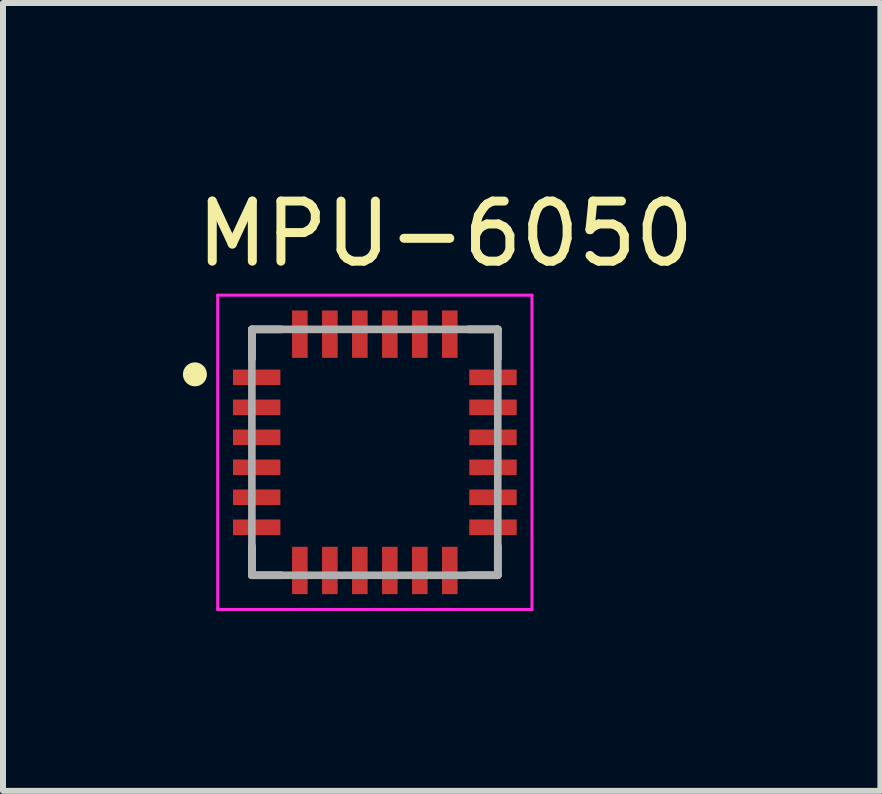
<source format=kicad_pcb>
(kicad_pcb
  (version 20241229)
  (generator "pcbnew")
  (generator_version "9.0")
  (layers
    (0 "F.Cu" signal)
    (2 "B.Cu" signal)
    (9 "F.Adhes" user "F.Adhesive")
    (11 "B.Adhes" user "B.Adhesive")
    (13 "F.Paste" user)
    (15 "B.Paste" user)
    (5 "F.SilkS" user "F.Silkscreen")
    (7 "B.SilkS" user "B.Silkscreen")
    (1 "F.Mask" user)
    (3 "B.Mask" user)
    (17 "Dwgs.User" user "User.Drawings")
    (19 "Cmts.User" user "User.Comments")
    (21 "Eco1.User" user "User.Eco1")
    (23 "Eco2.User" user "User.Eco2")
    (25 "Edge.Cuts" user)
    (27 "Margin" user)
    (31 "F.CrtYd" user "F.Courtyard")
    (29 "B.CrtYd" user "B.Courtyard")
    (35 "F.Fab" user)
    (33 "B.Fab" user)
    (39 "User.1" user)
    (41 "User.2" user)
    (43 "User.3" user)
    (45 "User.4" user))
  (footprint "MPU-6050"
    (layer "F.Cu")
    (at 3.2 4.492)
    (property "Reference" "MPU-6050" (at 1.178 -3.643 0) (layer "F.SilkS") (effects (font (size 1.002 1.002) (thickness 0.15))))
    (attr smd)
    (fp_line (start -2.05 -1.56) (end -2.05 -2.05) (stroke (width 0.127) (type solid)) (layer "F.SilkS"))
    (fp_line (start -2.05 2.05) (end -2.05 1.56) (stroke (width 0.127) (type solid)) (layer "F.SilkS"))
    (fp_line (start -1.56 -2.05) (end -2.05 -2.05) (stroke (width 0.127) (type solid)) (layer "F.SilkS"))
    (fp_line (start -1.56 2.05) (end -2.05 2.05) (stroke (width 0.127) (type solid)) (layer "F.SilkS"))
    (fp_line (start 1.56 -2.05) (end 2.05 -2.05) (stroke (width 0.127) (type solid)) (layer "F.SilkS"))
    (fp_line (start 2.05 -2.05) (end 2.05 -1.56) (stroke (width 0.127) (type solid)) (layer "F.SilkS"))
    (fp_line (start 2.05 1.56) (end 2.05 2.05) (stroke (width 0.127) (type solid)) (layer "F.SilkS"))
    (fp_line (start 2.05 2.05) (end 1.56 2.05) (stroke (width 0.127) (type solid)) (layer "F.SilkS"))
    (fp_circle (center -3 -1.3) (end -2.9 -1.3) (stroke (width 0.2) (type solid)) (fill no) (layer "F.SilkS"))
    (fp_line (start -2.62 -2.62) (end 2.62 -2.62) (stroke (width 0.05) (type solid)) (layer "F.CrtYd"))
    (fp_line (start -2.62 2.62) (end -2.62 -2.62) (stroke (width 0.05) (type solid)) (layer "F.CrtYd"))
    (fp_line (start 2.62 -2.62) (end 2.62 2.62) (stroke (width 0.05) (type solid)) (layer "F.CrtYd"))
    (fp_line (start 2.62 2.62) (end -2.62 2.62) (stroke (width 0.05) (type solid)) (layer "F.CrtYd"))
    (fp_line (start -2.05 -2.05) (end -2.05 2.05) (stroke (width 0.127) (type solid)) (layer "F.Fab"))
    (fp_line (start 2.05 -2.05) (end -2.05 -2.05) (stroke (width 0.127) (type solid)) (layer "F.Fab"))
    (fp_line (start 2.05 -2.05) (end 2.05 2.05) (stroke (width 0.127) (type solid)) (layer "F.Fab"))
    (fp_line (start 2.05 2.05) (end -2.05 2.05) (stroke (width 0.127) (type solid)) (layer "F.Fab"))
    (pad "1" smd rect (at -1.97 -1.25) (size 0.79 0.26) (layers "F.Cu" "F.Mask" "F.Paste"))
    (pad "2" smd rect (at -1.97 -0.75) (size 0.79 0.26) (layers "F.Cu" "F.Mask" "F.Paste"))
    (pad "3" smd rect (at -1.97 -0.25) (size 0.79 0.26) (layers "F.Cu" "F.Mask" "F.Paste"))
    (pad "4" smd rect (at -1.97 0.25) (size 0.79 0.26) (layers "F.Cu" "F.Mask" "F.Paste"))
    (pad "5" smd rect (at -1.97 0.75) (size 0.79 0.26) (layers "F.Cu" "F.Mask" "F.Paste"))
    (pad "6" smd rect (at -1.97 1.25) (size 0.79 0.26) (layers "F.Cu" "F.Mask" "F.Paste"))
    (pad "7" smd rect (at -1.25 1.97 90) (size 0.79 0.26) (layers "F.Cu" "F.Mask" "F.Paste"))
    (pad "8" smd rect (at -0.75 1.97 90) (size 0.79 0.26) (layers "F.Cu" "F.Mask" "F.Paste"))
    (pad "9" smd rect (at -0.25 1.97 90) (size 0.79 0.26) (layers "F.Cu" "F.Mask" "F.Paste"))
    (pad "10" smd rect (at 0.25 1.97 90) (size 0.79 0.26) (layers "F.Cu" "F.Mask" "F.Paste"))
    (pad "11" smd rect (at 0.75 1.97 90) (size 0.79 0.26) (layers "F.Cu" "F.Mask" "F.Paste"))
    (pad "12" smd rect (at 1.25 1.97 90) (size 0.79 0.26) (layers "F.Cu" "F.Mask" "F.Paste"))
    (pad "13" smd rect (at 1.97 1.25 180) (size 0.79 0.26) (layers "F.Cu" "F.Mask" "F.Paste"))
    (pad "14" smd rect (at 1.97 0.75 180) (size 0.79 0.26) (layers "F.Cu" "F.Mask" "F.Paste"))
    (pad "15" smd rect (at 1.97 0.25 180) (size 0.79 0.26) (layers "F.Cu" "F.Mask" "F.Paste"))
    (pad "16" smd rect (at 1.97 -0.25 180) (size 0.79 0.26) (layers "F.Cu" "F.Mask" "F.Paste"))
    (pad "17" smd rect (at 1.97 -0.75 180) (size 0.79 0.26) (layers "F.Cu" "F.Mask" "F.Paste"))
    (pad "18" smd rect (at 1.97 -1.25 180) (size 0.79 0.26) (layers "F.Cu" "F.Mask" "F.Paste"))
    (pad "19" smd rect (at 1.25 -1.97 270) (size 0.79 0.26) (layers "F.Cu" "F.Mask" "F.Paste"))
    (pad "20" smd rect (at 0.75 -1.97 270) (size 0.79 0.26) (layers "F.Cu" "F.Mask" "F.Paste"))
    (pad "21" smd rect (at 0.25 -1.97 270) (size 0.79 0.26) (layers "F.Cu" "F.Mask" "F.Paste"))
    (pad "22" smd rect (at -0.25 -1.97 270) (size 0.79 0.26) (layers "F.Cu" "F.Mask" "F.Paste"))
    (pad "23" smd rect (at -0.75 -1.97 270) (size 0.79 0.26) (layers "F.Cu" "F.Mask" "F.Paste"))
    (pad "24" smd rect (at -1.25 -1.97 270) (size 0.79 0.26) (layers "F.Cu" "F.Mask" "F.Paste")))
  (gr_rect
    (start -3 -3)
    (end 11.63 10.137)
    (stroke (width 0.1) (type default))
    (fill no)
    (layer "Edge.Cuts")))
</source>
